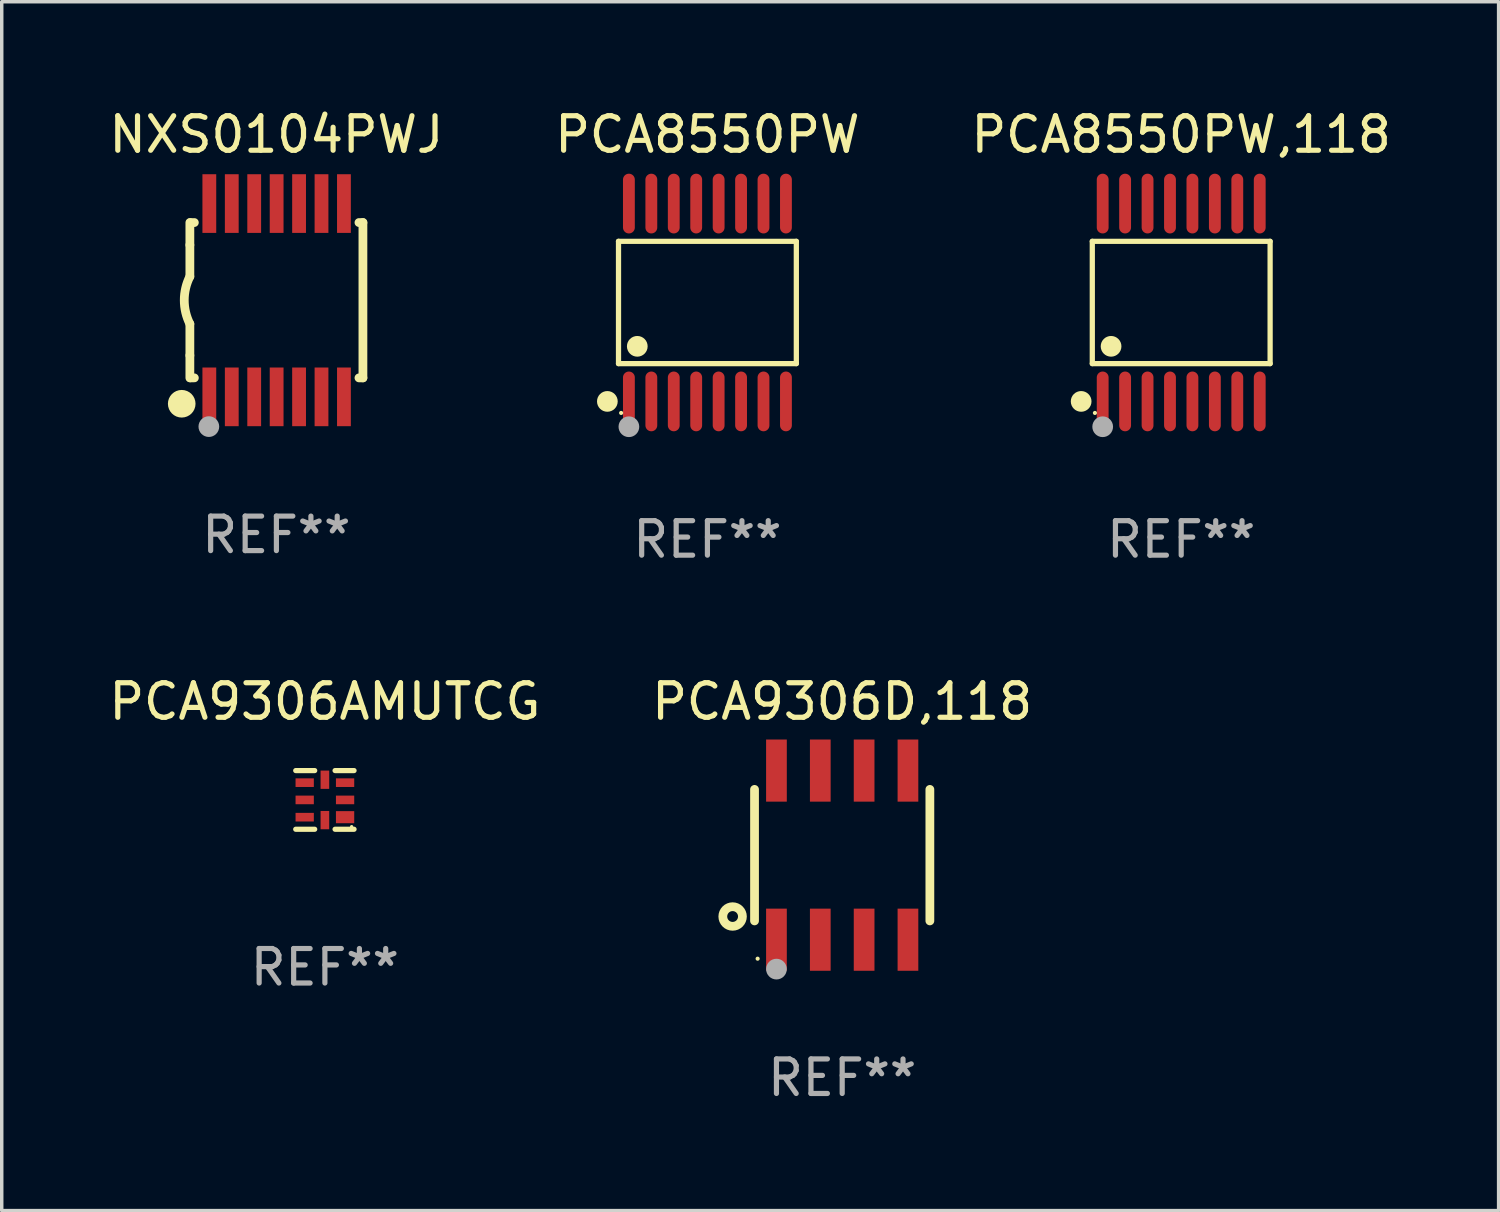
<source format=kicad_pcb>
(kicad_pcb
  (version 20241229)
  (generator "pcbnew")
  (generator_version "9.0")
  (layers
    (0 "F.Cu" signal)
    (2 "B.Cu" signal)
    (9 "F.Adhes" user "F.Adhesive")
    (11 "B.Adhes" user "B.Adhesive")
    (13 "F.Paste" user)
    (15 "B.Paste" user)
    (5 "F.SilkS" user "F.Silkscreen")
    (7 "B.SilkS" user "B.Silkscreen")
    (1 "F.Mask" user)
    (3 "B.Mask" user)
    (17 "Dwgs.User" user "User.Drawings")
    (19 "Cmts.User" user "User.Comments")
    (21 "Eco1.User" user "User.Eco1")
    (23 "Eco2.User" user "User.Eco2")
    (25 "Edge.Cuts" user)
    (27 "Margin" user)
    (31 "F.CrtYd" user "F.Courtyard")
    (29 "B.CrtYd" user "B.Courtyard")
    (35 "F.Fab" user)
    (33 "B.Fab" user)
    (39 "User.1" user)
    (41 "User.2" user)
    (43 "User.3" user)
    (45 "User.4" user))
  (footprint "PCA9306AMUTCG"
    (layer "F.Cu")
    (at 6.363 20.126)
    (property "Reference" "PCA9306AMUTCG" (at 0 -2.85 0) (layer "F.SilkS") (effects (font (size 1 1) (thickness 0.15))))
    (attr through_hole)
    (fp_line (start -0.295 -0.85) (end -0.845 -0.85) (stroke (width 0.15) (type solid)) (layer "F.SilkS"))
    (fp_line (start -0.295 0.85) (end -0.845 0.85) (stroke (width 0.15) (type solid)) (layer "F.SilkS"))
    (fp_line (start 0.295 -0.85) (end 0.845 -0.85) (stroke (width 0.15) (type solid)) (layer "F.SilkS"))
    (fp_line (start 0.295 0.85) (end 0.845 0.85) (stroke (width 0.15) (type solid)) (layer "F.SilkS"))
    (fp_circle (center 0.775 0.775) (end 0.8 0.775) (stroke (width 0.05) (type solid)) (fill no) (layer "F.SilkS"))
    (fp_text user "REF**" (at 0 4.85 0) (layer "F.Fab") (effects (font (size 1 1) (thickness 0.15))))
    (pad "1" smd rect (at 0.585 0.5 180) (size 0.53 0.35) (layers "F.Cu" "F.Mask" "F.Paste"))
    (pad "2" smd rect (at 0.585 0 180) (size 0.53 0.25) (layers "F.Cu" "F.Mask" "F.Paste"))
    (pad "3" smd rect (at 0.585 -0.5 180) (size 0.53 0.25) (layers "F.Cu" "F.Mask" "F.Paste"))
    (pad "4" smd rect (at 0 -0.585 180) (size 0.25 0.53) (layers "F.Cu" "F.Mask" "F.Paste"))
    (pad "5" smd rect (at -0.585 -0.5 180) (size 0.53 0.25) (layers "F.Cu" "F.Mask" "F.Paste"))
    (pad "6" smd rect (at -0.585 0 180) (size 0.53 0.25) (layers "F.Cu" "F.Mask" "F.Paste"))
    (pad "7" smd rect (at -0.585 0.5 180) (size 0.53 0.25) (layers "F.Cu" "F.Mask" "F.Paste"))
    (pad "8" smd rect (at 0 0.585 180) (size 0.25 0.53) (layers "F.Cu" "F.Mask" "F.Paste")))
  (footprint "PCA8550PW"
    (layer "F.Cu")
    (at 17.446 5.714)
    (property "Reference" "PCA8550PW" (at 0 -4.866 0) (layer "F.SilkS") (effects (font (size 1 1) (thickness 0.15))))
    (attr through_hole)
    (fp_line (start -2.576 -1.772) (end 2.576 -1.772) (stroke (width 0.152) (type solid)) (layer "F.SilkS"))
    (fp_line (start -2.576 1.771) (end -2.576 -1.772) (stroke (width 0.152) (type solid)) (layer "F.SilkS"))
    (fp_line (start 2.576 -1.772) (end 2.576 1.771) (stroke (width 0.152) (type solid)) (layer "F.SilkS"))
    (fp_line (start 2.576 1.771) (end -2.576 1.771) (stroke (width 0.152) (type solid)) (layer "F.SilkS"))
    (fp_circle (center -2.899 2.866) (end -2.749 2.866) (stroke (width 0.3) (type solid)) (fill no) (layer "F.SilkS"))
    (fp_circle (center -2.5 3.2) (end -2.47 3.2) (stroke (width 0.06) (type solid)) (fill no) (layer "F.SilkS"))
    (fp_circle (center -2.032 1.27) (end -1.882 1.27) (stroke (width 0.3) (type solid)) (fill no) (layer "F.SilkS"))
    (fp_circle (center -2.275 3.6) (end -2.125 3.6) (stroke (width 0.3) (type solid)) (fill no) (layer "F.Fab"))
    (fp_text user "REF**" (at 0 6.866 0) (layer "F.Fab") (effects (font (size 1 1) (thickness 0.15))))
    (pad "1" smd oval (at -2.275 2.866) (size 0.343 1.731) (layers "F.Cu" "F.Mask" "F.Paste"))
    (pad "2" smd oval (at -1.625 2.866) (size 0.343 1.731) (layers "F.Cu" "F.Mask" "F.Paste"))
    (pad "3" smd oval (at -0.975 2.866) (size 0.343 1.731) (layers "F.Cu" "F.Mask" "F.Paste"))
    (pad "4" smd oval (at -0.325 2.866) (size 0.343 1.731) (layers "F.Cu" "F.Mask" "F.Paste"))
    (pad "5" smd oval (at 0.325 2.866) (size 0.343 1.731) (layers "F.Cu" "F.Mask" "F.Paste"))
    (pad "6" smd oval (at 0.975 2.866) (size 0.343 1.731) (layers "F.Cu" "F.Mask" "F.Paste"))
    (pad "7" smd oval (at 1.625 2.866) (size 0.343 1.731) (layers "F.Cu" "F.Mask" "F.Paste"))
    (pad "8" smd oval (at 2.275 2.866) (size 0.343 1.731) (layers "F.Cu" "F.Mask" "F.Paste"))
    (pad "9" smd oval (at 2.275 -2.866) (size 0.343 1.731) (layers "F.Cu" "F.Mask" "F.Paste"))
    (pad "10" smd oval (at 1.625 -2.866) (size 0.343 1.731) (layers "F.Cu" "F.Mask" "F.Paste"))
    (pad "11" smd oval (at 0.975 -2.866) (size 0.343 1.731) (layers "F.Cu" "F.Mask" "F.Paste"))
    (pad "12" smd oval (at 0.325 -2.866) (size 0.343 1.731) (layers "F.Cu" "F.Mask" "F.Paste"))
    (pad "13" smd oval (at -0.325 -2.866) (size 0.343 1.731) (layers "F.Cu" "F.Mask" "F.Paste"))
    (pad "14" smd oval (at -0.975 -2.866) (size 0.343 1.731) (layers "F.Cu" "F.Mask" "F.Paste"))
    (pad "15" smd oval (at -1.625 -2.866) (size 0.343 1.731) (layers "F.Cu" "F.Mask" "F.Paste"))
    (pad "16" smd oval (at -2.275 -2.866) (size 0.343 1.731) (layers "F.Cu" "F.Mask" "F.Paste")))
  (footprint "PCA8550PW,118"
    (layer "F.Cu")
    (at 31.173 5.714)
    (property "Reference" "PCA8550PW,118" (at 0 -4.866 0) (layer "F.SilkS") (effects (font (size 1 1) (thickness 0.15))))
    (attr through_hole)
    (fp_line (start -2.576 -1.772) (end 2.576 -1.772) (stroke (width 0.152) (type solid)) (layer "F.SilkS"))
    (fp_line (start -2.576 1.771) (end -2.576 -1.772) (stroke (width 0.152) (type solid)) (layer "F.SilkS"))
    (fp_line (start 2.576 -1.772) (end 2.576 1.771) (stroke (width 0.152) (type solid)) (layer "F.SilkS"))
    (fp_line (start 2.576 1.771) (end -2.576 1.771) (stroke (width 0.152) (type solid)) (layer "F.SilkS"))
    (fp_circle (center -2.899 2.866) (end -2.749 2.866) (stroke (width 0.3) (type solid)) (fill no) (layer "F.SilkS"))
    (fp_circle (center -2.5 3.2) (end -2.47 3.2) (stroke (width 0.06) (type solid)) (fill no) (layer "F.SilkS"))
    (fp_circle (center -2.032 1.27) (end -1.882 1.27) (stroke (width 0.3) (type solid)) (fill no) (layer "F.SilkS"))
    (fp_circle (center -2.275 3.6) (end -2.125 3.6) (stroke (width 0.3) (type solid)) (fill no) (layer "F.Fab"))
    (fp_text user "REF**" (at 0 6.866 0) (layer "F.Fab") (effects (font (size 1 1) (thickness 0.15))))
    (pad "1" smd oval (at -2.275 2.866) (size 0.343 1.731) (layers "F.Cu" "F.Mask" "F.Paste"))
    (pad "2" smd oval (at -1.625 2.866) (size 0.343 1.731) (layers "F.Cu" "F.Mask" "F.Paste"))
    (pad "3" smd oval (at -0.975 2.866) (size 0.343 1.731) (layers "F.Cu" "F.Mask" "F.Paste"))
    (pad "4" smd oval (at -0.325 2.866) (size 0.343 1.731) (layers "F.Cu" "F.Mask" "F.Paste"))
    (pad "5" smd oval (at 0.325 2.866) (size 0.343 1.731) (layers "F.Cu" "F.Mask" "F.Paste"))
    (pad "6" smd oval (at 0.975 2.866) (size 0.343 1.731) (layers "F.Cu" "F.Mask" "F.Paste"))
    (pad "7" smd oval (at 1.625 2.866) (size 0.343 1.731) (layers "F.Cu" "F.Mask" "F.Paste"))
    (pad "8" smd oval (at 2.275 2.866) (size 0.343 1.731) (layers "F.Cu" "F.Mask" "F.Paste"))
    (pad "9" smd oval (at 2.275 -2.866) (size 0.343 1.731) (layers "F.Cu" "F.Mask" "F.Paste"))
    (pad "10" smd oval (at 1.625 -2.866) (size 0.343 1.731) (layers "F.Cu" "F.Mask" "F.Paste"))
    (pad "11" smd oval (at 0.975 -2.866) (size 0.343 1.731) (layers "F.Cu" "F.Mask" "F.Paste"))
    (pad "12" smd oval (at 0.325 -2.866) (size 0.343 1.731) (layers "F.Cu" "F.Mask" "F.Paste"))
    (pad "13" smd oval (at -0.325 -2.866) (size 0.343 1.731) (layers "F.Cu" "F.Mask" "F.Paste"))
    (pad "14" smd oval (at -0.975 -2.866) (size 0.343 1.731) (layers "F.Cu" "F.Mask" "F.Paste"))
    (pad "15" smd oval (at -1.625 -2.866) (size 0.343 1.731) (layers "F.Cu" "F.Mask" "F.Paste"))
    (pad "16" smd oval (at -2.275 -2.866) (size 0.343 1.731) (layers "F.Cu" "F.Mask" "F.Paste")))
  (footprint "NXS0104PWJ"
    (layer "F.Cu")
    (at 4.958 5.648)
    (property "Reference" "NXS0104PWJ" (at 0 -4.8 0) (layer "F.SilkS") (effects (font (size 1 1) (thickness 0.15))))
    (attr through_hole)
    (fp_line (start -2.507 -1.6) (end -2.507 -2.25) (stroke (width 0.254) (type solid)) (layer "F.SilkS"))
    (fp_line (start -2.507 -0.686) (end -2.507 -1.6) (stroke (width 0.254) (type solid)) (layer "F.SilkS"))
    (fp_line (start -2.507 1.6) (end -2.507 0.686) (stroke (width 0.254) (type solid)) (layer "F.SilkS"))
    (fp_line (start -2.507 1.6) (end -2.507 2.25) (stroke (width 0.254) (type solid)) (layer "F.SilkS"))
    (fp_line (start -2.493 -2.25) (end -2.377 -2.25) (stroke (width 0.254) (type solid)) (layer "F.SilkS"))
    (fp_line (start -2.377 2.25) (end -2.493 2.25) (stroke (width 0.254) (type solid)) (layer "F.SilkS"))
    (fp_line (start 2.392 -2.25) (end 2.507 -2.25) (stroke (width 0.254) (type solid)) (layer "F.SilkS"))
    (fp_line (start 2.507 -2.25) (end 2.507 2.25) (stroke (width 0.254) (type solid)) (layer "F.SilkS"))
    (fp_line (start 2.507 2.25) (end 2.392 2.25) (stroke (width 0.254) (type solid)) (layer "F.SilkS"))
    (fp_arc (start -2.507303 0.685802) (mid -2.669199 0) (end -2.507303 -0.685801) (stroke (width 0.254001) (type solid)) (layer "F.SilkS"))
    (fp_circle (center -2.743 3) (end -2.543 3) (stroke (width 0.4) (type solid)) (fill no) (layer "F.SilkS"))
    (fp_circle (center -2.493 3.2) (end -2.463 3.2) (stroke (width 0.06) (type solid)) (fill no) (layer "F.SilkS"))
    (fp_circle (center -1.957 3.662) (end -1.807 3.662) (stroke (width 0.3) (type solid)) (fill no) (layer "F.Fab"))
    (fp_text user "REF**" (at 0 6.8 0) (layer "F.Fab") (effects (font (size 1 1) (thickness 0.15))))
    (pad "1" smd rect (at -1.943 2.8) (size 0.4 1.7) (layers "F.Cu" "F.Mask" "F.Paste"))
    (pad "2" smd rect (at -1.293 2.8) (size 0.4 1.7) (layers "F.Cu" "F.Mask" "F.Paste"))
    (pad "3" smd rect (at -0.643 2.8) (size 0.4 1.7) (layers "F.Cu" "F.Mask" "F.Paste"))
    (pad "4" smd rect (at 0.007 2.8) (size 0.4 1.7) (layers "F.Cu" "F.Mask" "F.Paste"))
    (pad "5" smd rect (at 0.657 2.8) (size 0.4 1.7) (layers "F.Cu" "F.Mask" "F.Paste"))
    (pad "6" smd rect (at 1.307 2.8) (size 0.4 1.7) (layers "F.Cu" "F.Mask" "F.Paste"))
    (pad "7" smd rect (at 1.957 2.8) (size 0.4 1.7) (layers "F.Cu" "F.Mask" "F.Paste"))
    (pad "8" smd rect (at 1.957 -2.8) (size 0.4 1.7) (layers "F.Cu" "F.Mask" "F.Paste"))
    (pad "9" smd rect (at 1.307 -2.8) (size 0.4 1.7) (layers "F.Cu" "F.Mask" "F.Paste"))
    (pad "10" smd rect (at 0.657 -2.8) (size 0.4 1.7) (layers "F.Cu" "F.Mask" "F.Paste"))
    (pad "11" smd rect (at 0.007 -2.8) (size 0.4 1.7) (layers "F.Cu" "F.Mask" "F.Paste"))
    (pad "12" smd rect (at -0.643 -2.8) (size 0.4 1.7) (layers "F.Cu" "F.Mask" "F.Paste"))
    (pad "13" smd rect (at -1.293 -2.8) (size 0.4 1.7) (layers "F.Cu" "F.Mask" "F.Paste"))
    (pad "14" smd rect (at -1.943 -2.8) (size 0.4 1.7) (layers "F.Cu" "F.Mask" "F.Paste")))
  (footprint "PCA9306D,118"
    (layer "F.Cu")
    (at 21.351 21.726)
    (property "Reference" "PCA9306D,118" (at 0 -4.45 0) (layer "F.SilkS") (effects (font (size 1 1) (thickness 0.15))))
    (attr through_hole)
    (fp_line (start -2.54 -1.905) (end -2.54 1.905) (stroke (width 0.254) (type solid)) (layer "F.SilkS"))
    (fp_line (start 2.54 -1.905) (end 2.54 1.905) (stroke (width 0.254) (type solid)) (layer "F.SilkS"))
    (fp_circle (center -3.175 1.778) (end -2.891 1.778) (stroke (width 0.254) (type solid)) (fill no) (layer "F.SilkS"))
    (fp_circle (center -2.45 3) (end -2.42 3) (stroke (width 0.06) (type solid)) (fill no) (layer "F.SilkS"))
    (fp_circle (center -1.905 3.302) (end -1.755 3.302) (stroke (width 0.3) (type solid)) (fill no) (layer "F.Fab"))
    (fp_text user "REF**" (at 0 6.45 0) (layer "F.Fab") (effects (font (size 1 1) (thickness 0.15))))
    (pad "1" smd rect (at -1.905 2.45) (size 0.6 1.8) (layers "F.Cu" "F.Mask" "F.Paste"))
    (pad "2" smd rect (at -0.635 2.45) (size 0.6 1.8) (layers "F.Cu" "F.Mask" "F.Paste"))
    (pad "3" smd rect (at 0.635 2.45) (size 0.6 1.8) (layers "F.Cu" "F.Mask" "F.Paste"))
    (pad "4" smd rect (at 1.905 2.45) (size 0.6 1.8) (layers "F.Cu" "F.Mask" "F.Paste"))
    (pad "5" smd rect (at 1.905 -2.45 180) (size 0.6 1.8) (layers "F.Cu" "F.Mask" "F.Paste"))
    (pad "6" smd rect (at 0.635 -2.45 180) (size 0.6 1.8) (layers "F.Cu" "F.Mask" "F.Paste"))
    (pad "7" smd rect (at -0.635 -2.45 180) (size 0.6 1.8) (layers "F.Cu" "F.Mask" "F.Paste"))
    (pad "8" smd rect (at -1.905 -2.45 180) (size 0.6 1.8) (layers "F.Cu" "F.Mask" "F.Paste")))
  (gr_rect
    (start -3 -3)
    (end 40.369 32.025)
    (stroke (width 0.1) (type default))
    (fill no)
    (layer "Edge.Cuts")))
</source>
